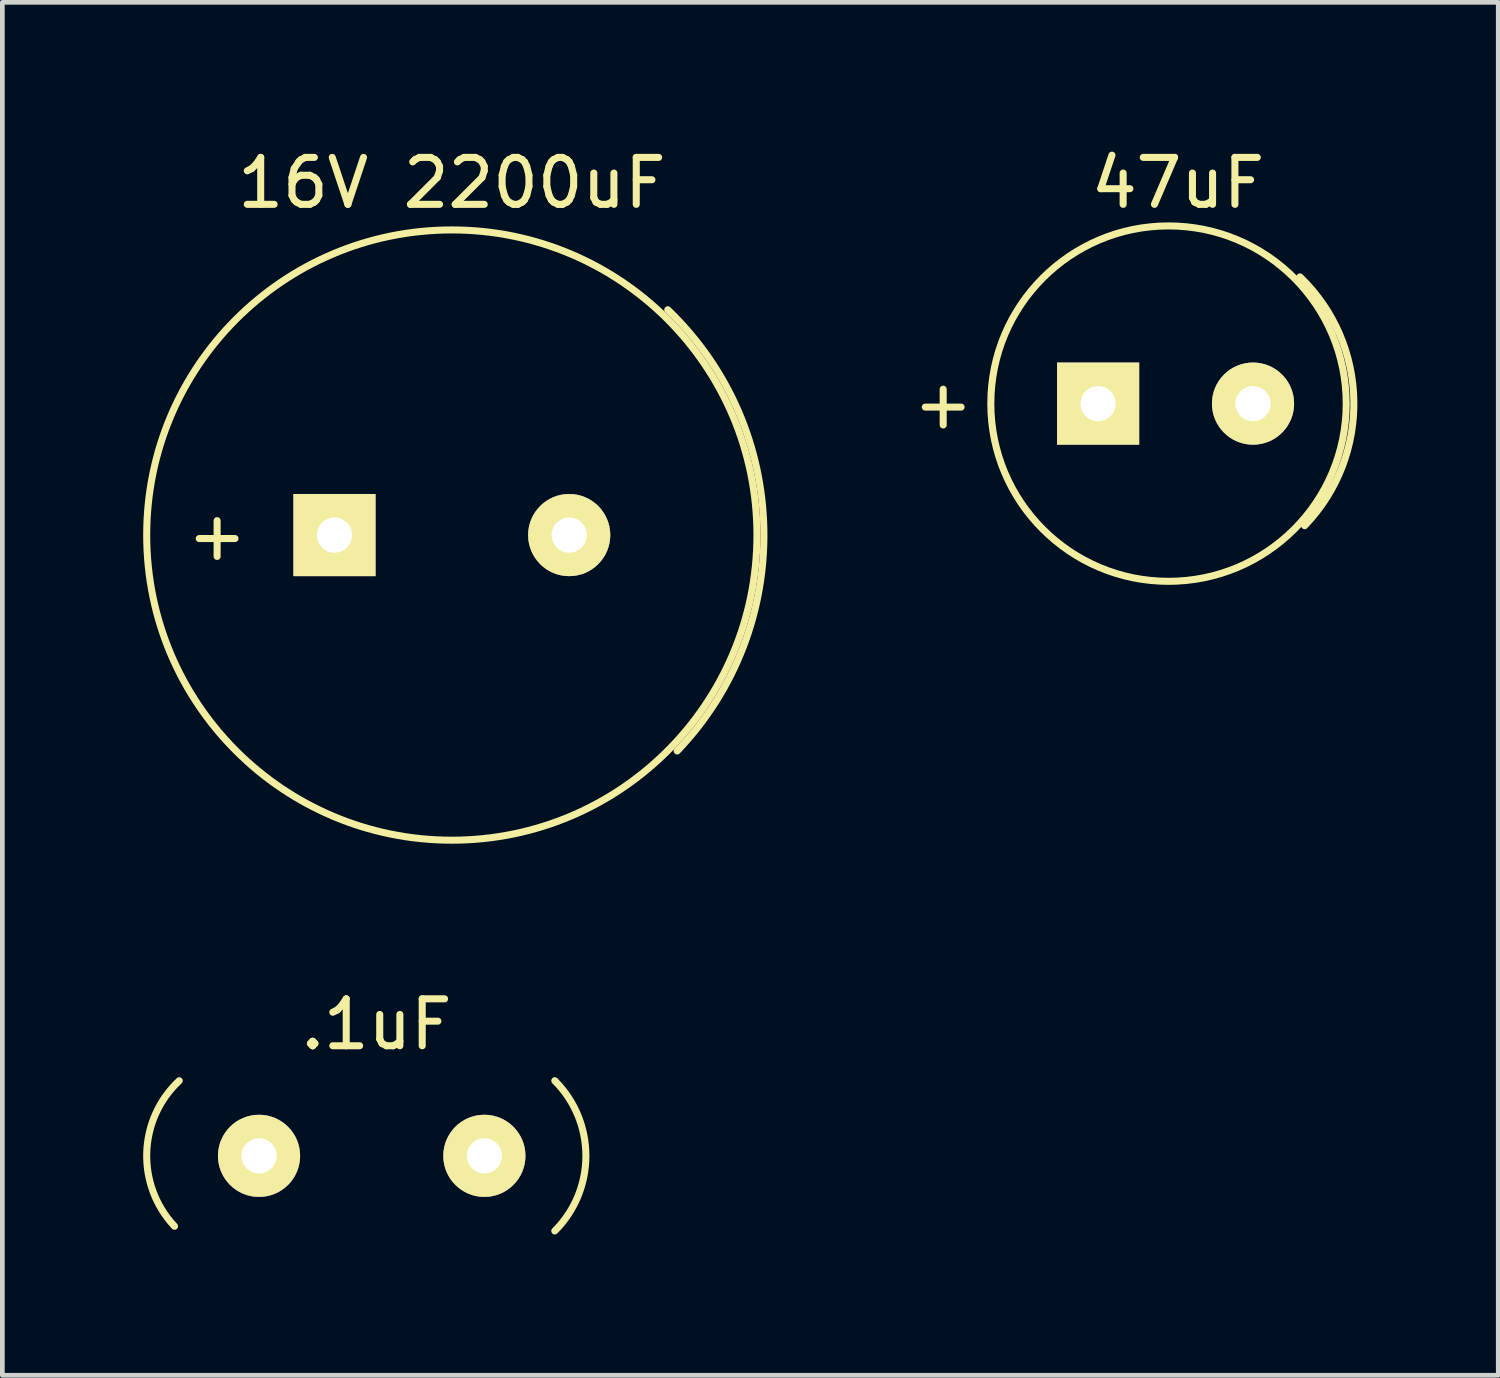
<source format=kicad_pcb>
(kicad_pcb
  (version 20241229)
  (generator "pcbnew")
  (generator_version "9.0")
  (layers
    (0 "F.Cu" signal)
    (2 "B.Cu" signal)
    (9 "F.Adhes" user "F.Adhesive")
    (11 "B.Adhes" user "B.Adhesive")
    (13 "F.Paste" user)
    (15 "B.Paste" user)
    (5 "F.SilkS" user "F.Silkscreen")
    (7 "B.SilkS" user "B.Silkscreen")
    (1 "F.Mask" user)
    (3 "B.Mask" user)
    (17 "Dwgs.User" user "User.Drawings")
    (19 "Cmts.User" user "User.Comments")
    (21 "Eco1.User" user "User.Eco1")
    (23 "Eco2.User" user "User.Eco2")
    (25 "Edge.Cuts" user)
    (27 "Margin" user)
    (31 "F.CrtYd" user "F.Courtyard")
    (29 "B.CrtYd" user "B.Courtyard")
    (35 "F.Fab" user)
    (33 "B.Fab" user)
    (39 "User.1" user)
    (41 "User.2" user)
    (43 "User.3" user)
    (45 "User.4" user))
  (footprint "47uF"
    (layer "F.Cu")
    (at 22.042 5.548)
    (property "Reference" "47uF" (at 0 -4.7 0) (layer "F.SilkS") (effects (font (size 1 1) (thickness 0.15))))
    (attr through_hole)
    (fp_arc (start 2.6 -2.7) (mid 3.747666 -0.070711) (end 2.7 2.6) (stroke (width 0.15) (type solid)) (layer "F.SilkS"))
    (fp_circle (center -0.2 0) (end 0.6 -3.7) (stroke (width 0.15) (type solid)) (fill no) (layer "F.SilkS"))
    (fp_text user "+" (at -5 0 0) (layer "F.SilkS") (effects (font (size 1 1) (thickness 0.15))))
    (pad "1" thru_hole rect (at -1.7 0) (size 1.75 1.75) (drill 0.75) (layers "*.Cu" "*.Mask" "F.SilkS"))
    (pad "2" thru_hole circle (at 1.6 0) (size 1.75 1.75) (drill 0.75) (layers "*.Cu" "*.Mask" "F.SilkS")))
  (footprint "16V 2200uF"
    (layer "F.Cu")
    (at 6.575 8.348)
    (property "Reference" "16V 2200uF" (at 0 -7.5 0) (layer "F.SilkS") (effects (font (size 1 1) (thickness 0.15))))
    (attr through_hole)
    (fp_arc (start 4.6 -4.8) (mid 6.646804 -0.141421) (end 4.8 4.6) (stroke (width 0.15) (type solid)) (layer "F.SilkS"))
    (fp_circle (center 0 0) (end 0 -6.5) (stroke (width 0.15) (type solid)) (fill no) (layer "F.SilkS"))
    (fp_text user "+" (at -5 0 0) (layer "F.SilkS") (effects (font (size 1 1) (thickness 0.15))))
    (pad "1" thru_hole rect (at -2.5 0) (size 1.75 1.75) (drill 0.75) (layers "*.Cu" "*.Mask" "F.SilkS"))
    (pad "2" thru_hole circle (at 2.5 0) (size 1.75 1.75) (drill 0.75) (layers "*.Cu" "*.Mask" "F.SilkS")))
  (footprint ".1uF"
    (layer "F.Cu")
    (at 4.968 21.572)
    (property "Reference" ".1uF" (at 0 -2.8 0) (layer "F.SilkS") (effects (font (size 1 1) (thickness 0.15))))
    (attr through_hole)
    (fp_arc (start -4.3 1.5) (mid -4.892031 -0.070711) (end -4.2 -1.6) (stroke (width 0.15) (type solid)) (layer "F.SilkS"))
    (fp_arc (start 3.8 -1.6) (mid 4.462742 0) (end 3.8 1.6) (stroke (width 0.15) (type solid)) (layer "F.SilkS"))
    (pad "1" thru_hole circle (at -2.5 0) (size 1.75 1.75) (drill 0.75) (layers "*.Cu" "*.Mask" "F.SilkS"))
    (pad "2" thru_hole circle (at 2.3 0) (size 1.75 1.75) (drill 0.75) (layers "*.Cu" "*.Mask" "F.SilkS")))
  (gr_rect
    (start -3 -3)
    (end 28.866 26.247)
    (stroke (width 0.1) (type default))
    (fill no)
    (layer "Edge.Cuts")))
</source>
